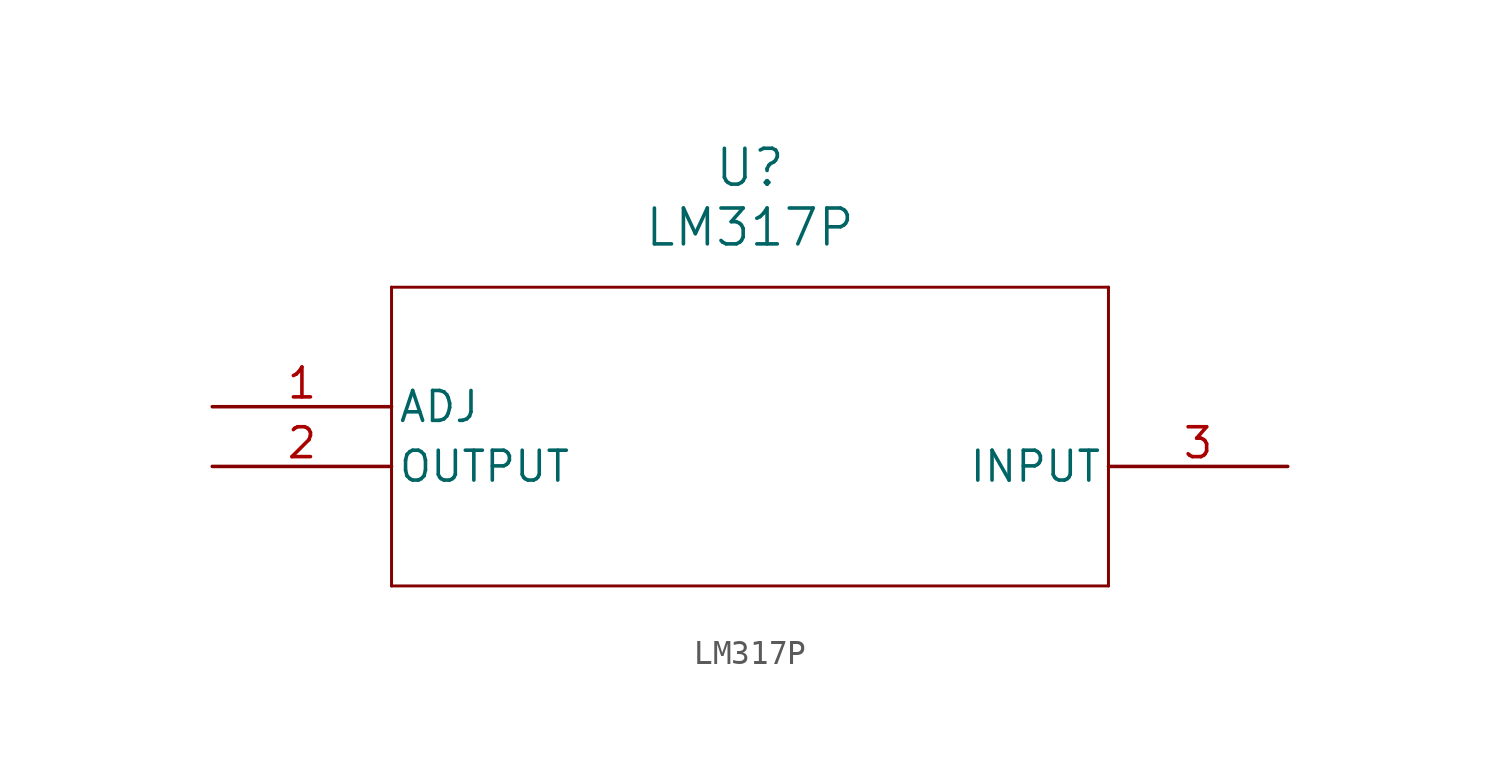
<source format=kicad_sym>
(kicad_symbol_lib
  (version 20211014)
  (generator kicad_symbol_editor)
  (symbol "LM317P"
    (pin_names
      (offset 0.254))
    (property "Reference" "U"
      (at 22.86 10.16 0)
      (effects (font (size 1.524 1.524))))
    (property "Value" "LM317P"
      (at 22.86 7.62 0)
      (effects (font (size 1.524 1.524))))
    (symbol "LM317P_0_1"
      (polyline (pts (xy 7.62 5.08) (xy 7.62 -7.62)) (stroke (width 0.127) (type default) (color 0 0 0 0)) (fill (type none)))
      (polyline (pts (xy 7.62 -7.62) (xy 38.1 -7.62)) (stroke (width 0.127) (type default) (color 0 0 0 0)) (fill (type none)))
      (polyline (pts (xy 38.1 -7.62) (xy 38.1 5.08)) (stroke (width 0.127) (type default) (color 0 0 0 0)) (fill (type none)))
      (polyline (pts (xy 38.1 5.08) (xy 7.62 5.08)) (stroke (width 0.127) (type default) (color 0 0 0 0)) (fill (type none)))
      (pin input line (at 0 0 0) (length 7.62) (name "ADJ" (effects (font (size 1.27 1.27)))) (number "1" (effects (font (size 1.27 1.27)))))
      (pin output line (at 0 -2.54 0) (length 7.62) (name "OUTPUT" (effects (font (size 1.27 1.27)))) (number "2" (effects (font (size 1.27 1.27)))))
      (pin input line (at 45.72 -2.54 180) (length 7.62) (name "INPUT" (effects (font (size 1.27 1.27)))) (number "3" (effects (font (size 1.27 1.27))))))))
</source>
